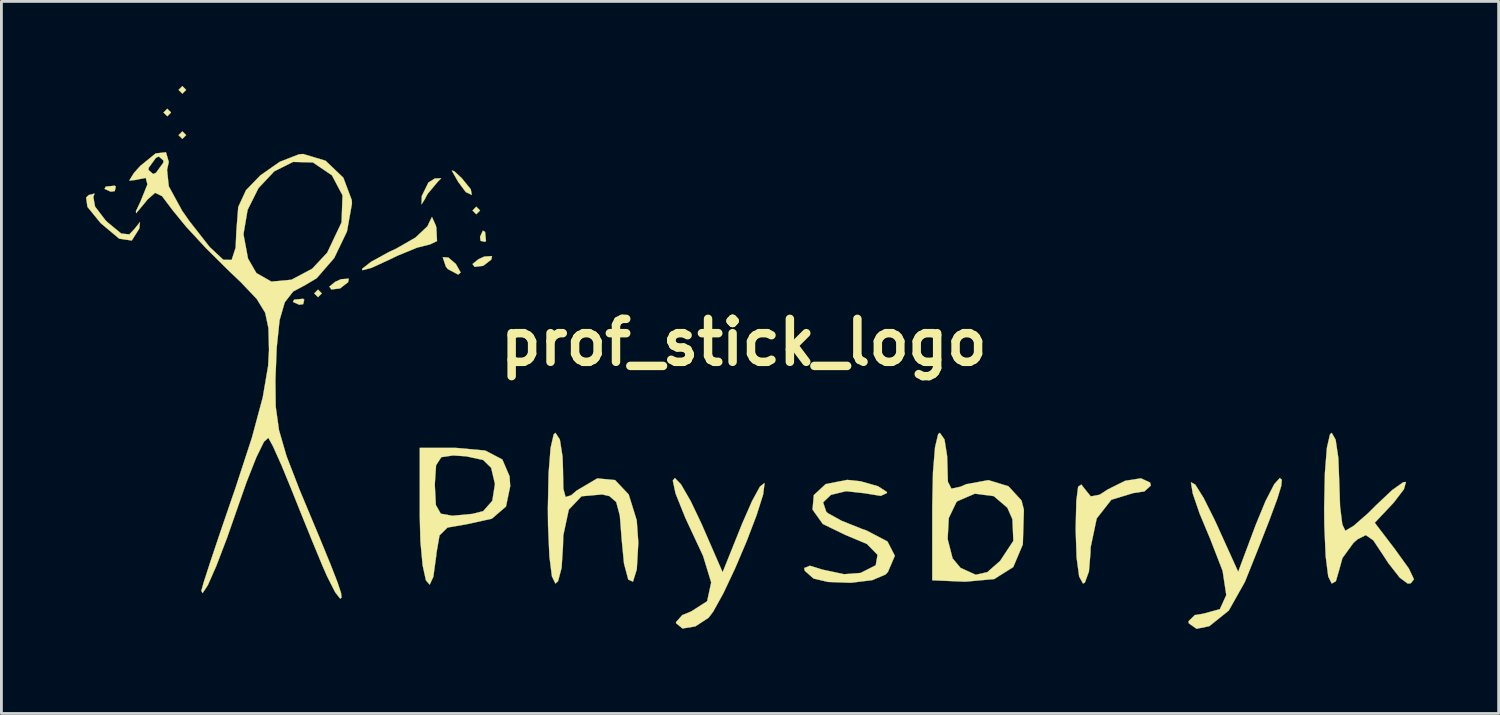
<source format=kicad_pcb>
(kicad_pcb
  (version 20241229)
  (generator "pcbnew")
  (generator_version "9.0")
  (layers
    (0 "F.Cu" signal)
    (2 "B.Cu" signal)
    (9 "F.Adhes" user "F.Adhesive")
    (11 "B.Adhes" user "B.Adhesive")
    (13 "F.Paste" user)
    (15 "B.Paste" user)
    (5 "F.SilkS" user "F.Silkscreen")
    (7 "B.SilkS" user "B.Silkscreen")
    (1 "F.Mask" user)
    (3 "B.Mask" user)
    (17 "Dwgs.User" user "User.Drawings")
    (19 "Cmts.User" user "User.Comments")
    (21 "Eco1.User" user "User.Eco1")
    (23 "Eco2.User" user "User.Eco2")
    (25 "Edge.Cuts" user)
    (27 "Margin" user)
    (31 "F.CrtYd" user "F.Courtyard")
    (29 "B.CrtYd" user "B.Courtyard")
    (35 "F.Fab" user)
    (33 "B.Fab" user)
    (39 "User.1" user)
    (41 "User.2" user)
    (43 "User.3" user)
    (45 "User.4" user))
  (footprint "prof_stick_logo"
    (layer "F.Cu")
    (at 23.338 9.096)
    (property "Reference" "prof_stick_logo" (at 0 0 0) (layer "F.SilkS") (effects (font (size 1.524 1.524) (thickness 0.3))))
    (attr through_hole)
    (fp_poly (pts (xy -20.32 -8.155) (xy -20.454 -8.021) (xy -20.587 -8.155) (xy -20.454 -8.288) (xy -20.32 -8.155)) (stroke (width 0.01) (type solid)) (fill yes) (layer "F.SilkS"))
    (fp_poly (pts (xy -19.785 -8.957) (xy -19.919 -8.823) (xy -20.053 -8.957) (xy -19.919 -9.091) (xy -19.785 -8.957)) (stroke (width 0.01) (type solid)) (fill yes) (layer "F.SilkS"))
    (fp_poly (pts (xy -19.785 -7.353) (xy -19.919 -7.219) (xy -20.053 -7.353) (xy -19.919 -7.486) (xy -19.785 -7.353)) (stroke (width 0.01) (type solid)) (fill yes) (layer "F.SilkS"))
    (fp_poly (pts (xy -14.973 -1.738) (xy -15.106 -1.604) (xy -15.24 -1.738) (xy -15.106 -1.872) (xy -14.973 -1.738)) (stroke (width 0.01) (type solid)) (fill yes) (layer "F.SilkS"))
    (fp_poly (pts (xy -9.358 -4.679) (xy -9.492 -4.545) (xy -9.625 -4.679) (xy -9.492 -4.813) (xy -9.358 -4.679)) (stroke (width 0.01) (type solid)) (fill yes) (layer "F.SilkS"))
    (fp_poly (pts (xy -22.281 -5.526) (xy -22.317 -5.367) (xy -22.459 -5.347) (xy -22.679 -5.445) (xy -22.637 -5.526) (xy -22.32 -5.558) (xy -22.281 -5.526)) (stroke (width 0.01) (type solid)) (fill yes) (layer "F.SilkS"))
    (fp_poly (pts (xy -15.596 -1.515) (xy -15.633 -1.356) (xy -15.775 -1.337) (xy -15.995 -1.435) (xy -15.953 -1.515) (xy -15.636 -1.547) (xy -15.596 -1.515)) (stroke (width 0.01) (type solid)) (fill yes) (layer "F.SilkS"))
    (fp_poly (pts (xy -9.18 -3.921) (xy -9.148 -3.604) (xy -9.18 -3.565) (xy -9.339 -3.602) (xy -9.358 -3.743) (xy -9.26 -3.963) (xy -9.18 -3.921)) (stroke (width 0.01) (type solid)) (fill yes) (layer "F.SilkS"))
    (fp_poly (pts (xy -14.039 -2.136) (xy -14.325 -1.914) (xy -14.631 -1.877) (xy -14.705 -1.977) (xy -14.496 -2.148) (xy -14.29 -2.241) (xy -14.014 -2.26) (xy -14.039 -2.136)) (stroke (width 0.01) (type solid)) (fill yes) (layer "F.SilkS"))
    (fp_poly (pts (xy -10.479 -3.008) (xy -10.216 -2.78) (xy -10.046 -2.479) (xy -10.134 -2.406) (xy -10.504 -2.602) (xy -10.572 -2.691) (xy -10.682 -3.023) (xy -10.479 -3.008)) (stroke (width 0.01) (type solid)) (fill yes) (layer "F.SilkS"))
    (fp_poly (pts (xy -10.276 -6.074) (xy -10.005 -5.822) (xy -9.687 -5.43) (xy -9.651 -5.232) (xy -9.863 -5.332) (xy -10.133 -5.694) (xy -10.361 -6.095) (xy -10.276 -6.074)) (stroke (width 0.01) (type solid)) (fill yes) (layer "F.SilkS"))
    (fp_poly (pts (xy -8.959 -2.938) (xy -9.245 -2.716) (xy -9.551 -2.679) (xy -9.625 -2.779) (xy -9.416 -2.95) (xy -9.21 -3.043) (xy -8.934 -3.062) (xy -8.959 -2.938)) (stroke (width 0.01) (type solid)) (fill yes) (layer "F.SilkS"))
    (fp_poly (pts (xy -10.855 -5.702) (xy -11.223 -5.264) (xy -11.318 -5.08) (xy -11.434 -4.897) (xy -11.425 -5.192) (xy -11.19 -5.671) (xy -10.962 -5.813) (xy -10.737 -5.823) (xy -10.855 -5.702)) (stroke (width 0.01) (type solid)) (fill yes) (layer "F.SilkS"))
    (fp_poly (pts (xy -10.929 -4.147) (xy -10.909 -4.077) (xy -10.885 -3.595) (xy -11.131 -3.476) (xy -11.594 -3.36) (xy -12.301 -3.069) (xy -12.605 -2.921) (xy -13.21 -2.644) (xy -13.53 -2.559) (xy -13.543 -2.608) (xy -13.224 -2.858) (xy -12.602 -3.2) (xy -12.325 -3.33) (xy -11.648 -3.719) (xy -11.222 -4.121) (xy -11.165 -4.246) (xy -11.064 -4.45) (xy -10.929 -4.147)) (stroke (width 0.01) (type solid)) (fill yes) (layer "F.SilkS"))
    (fp_poly (pts (xy -23.078 -5.16) (xy -23.016 -4.817) (xy -22.645 -4.33) (xy -22.57 -4.257) (xy -22.088 -3.861) (xy -21.8 -3.831) (xy -21.622 -4.018) (xy -21.422 -4.266) (xy -21.444 -4.061) (xy -21.453 -4.027) (xy -21.713 -3.614) (xy -22.156 -3.677) (xy -22.804 -4.22) (xy -22.828 -4.244) (xy -23.285 -4.806) (xy -23.333 -5.139) (xy -23.242 -5.226) (xy -23.034 -5.279) (xy -23.078 -5.16)) (stroke (width 0.01) (type solid)) (fill yes) (layer "F.SilkS"))
    (fp_poly (pts (xy 14.412 4.972) (xy 14.438 5.08) (xy 14.21 5.286) (xy 13.811 5.347) (xy 13.037 5.583) (xy 12.518 6.246) (xy 12.302 7.272) (xy 12.299 7.441) (xy 12.242 8.127) (xy 12.099 8.52) (xy 12.032 8.556) (xy 11.896 8.307) (xy 11.805 7.636) (xy 11.772 6.654) (xy 11.772 6.617) (xy 11.795 5.629) (xy 11.859 5.121) (xy 11.974 5.043) (xy 12.055 5.151) (xy 12.307 5.463) (xy 12.624 5.404) (xy 12.909 5.218) (xy 13.527 4.91) (xy 14.086 4.823) (xy 14.412 4.972)) (stroke (width 0.01) (type solid)) (fill yes) (layer "F.SilkS"))
    (fp_poly (pts (xy 19.085 4.871) (xy 19.064 5.092) (xy 18.925 5.546) (xy 18.645 6.303) (xy 18.201 7.435) (xy 17.775 8.497) (xy 17.202 9.515) (xy 16.509 10.069) (xy 16.06 10.16) (xy 15.786 9.967) (xy 15.775 9.893) (xy 15.998 9.674) (xy 16.3 9.625) (xy 16.888 9.464) (xy 17.115 8.965) (xy 16.985 8.107) (xy 16.544 6.969) (xy 16.17 6.077) (xy 15.926 5.362) (xy 15.862 4.972) (xy 15.865 4.964) (xy 16.013 5.044) (xy 16.31 5.517) (xy 16.695 6.286) (xy 16.752 6.408) (xy 17.537 8.138) (xy 18.159 6.475) (xy 18.506 5.633) (xy 18.814 5.034) (xy 19.012 4.813) (xy 19.085 4.871)) (stroke (width 0.01) (type solid)) (fill yes) (layer "F.SilkS"))
    (fp_poly (pts (xy -2.228 5.039) (xy -1.884 5.634) (xy -1.487 6.468) (xy -1.481 6.484) (xy -0.753 8.155) (xy -0.06 6.431) (xy 0.292 5.628) (xy 0.572 5.116) (xy 0.727 4.994) (xy 0.734 5.008) (xy 0.683 5.402) (xy 0.452 6.131) (xy 0.1 7.053) (xy -0.314 8.026) (xy -0.73 8.907) (xy -1.088 9.553) (xy -1.251 9.769) (xy -1.723 10.076) (xy -2.175 10.15) (xy -2.404 9.962) (xy -2.406 9.924) (xy -2.184 9.674) (xy -1.873 9.548) (xy -1.302 9.183) (xy -1.158 8.516) (xy -1.446 7.573) (xy -1.467 7.529) (xy -2.075 6.226) (xy -2.423 5.359) (xy -2.52 4.902) (xy -2.445 4.813) (xy -2.228 5.039)) (stroke (width 0.01) (type solid)) (fill yes) (layer "F.SilkS"))
    (fp_poly (pts (xy -6.527 3.448) (xy -6.431 4.056) (xy -6.417 4.453) (xy -6.403 5.192) (xy -6.324 5.486) (xy -6.126 5.424) (xy -5.928 5.255) (xy -5.199 4.825) (xy -4.568 4.886) (xy -4.085 5.395) (xy -3.8 6.312) (xy -3.743 7.104) (xy -3.798 8.052) (xy -3.933 8.488) (xy -4.099 8.417) (xy -4.251 7.847) (xy -4.331 7.018) (xy -4.4 6.141) (xy -4.528 5.663) (xy -4.771 5.453) (xy -5.028 5.394) (xy -5.76 5.46) (xy -6.21 5.934) (xy -6.405 6.848) (xy -6.417 7.252) (xy -6.466 8.003) (xy -6.592 8.475) (xy -6.684 8.556) (xy -6.808 8.302) (xy -6.898 7.59) (xy -6.946 6.499) (xy -6.952 5.882) (xy -6.926 4.64) (xy -6.855 3.742) (xy -6.746 3.265) (xy -6.684 3.208) (xy -6.527 3.448)) (stroke (width 0.01) (type solid)) (fill yes) (layer "F.SilkS"))
    (fp_poly (pts (xy 4.141 4.928) (xy 4.759 5.103) (xy 5.071 5.306) (xy 5.08 5.341) (xy 4.858 5.445) (xy 4.307 5.356) (xy 4.296 5.353) (xy 3.626 5.279) (xy 3.089 5.409) (xy 2.812 5.675) (xy 2.922 6.007) (xy 2.984 6.062) (xy 3.465 6.328) (xy 4.193 6.619) (xy 4.345 6.67) (xy 5.095 7.063) (xy 5.357 7.571) (xy 5.111 8.144) (xy 5.027 8.235) (xy 4.554 8.435) (xy 3.795 8.528) (xy 2.991 8.499) (xy 2.473 8.379) (xy 2.164 8.104) (xy 2.139 8.005) (xy 2.343 7.924) (xy 2.788 8.061) (xy 3.555 8.224) (xy 4.142 8.179) (xy 4.679 7.907) (xy 4.743 7.537) (xy 4.366 7.151) (xy 3.609 6.834) (xy 2.802 6.443) (xy 2.437 5.931) (xy 2.482 5.418) (xy 2.903 5.027) (xy 3.665 4.878) (xy 4.141 4.928)) (stroke (width 0.01) (type solid)) (fill yes) (layer "F.SilkS"))
    (fp_poly (pts (xy 7.119 3.446) (xy 7.212 4.038) (xy 7.219 4.272) (xy 7.239 4.944) (xy 7.364 5.189) (xy 7.69 5.119) (xy 7.887 5.031) (xy 8.676 4.887) (xy 9.388 5.105) (xy 9.851 5.609) (xy 9.935 5.943) (xy 9.897 7.167) (xy 9.558 7.97) (xy 8.881 8.396) (xy 7.853 8.49) (xy 6.684 8.439) (xy 6.684 6.977) (xy 7.23 6.977) (xy 7.405 7.662) (xy 7.687 8) (xy 8.226 8.244) (xy 8.637 8.151) (xy 9.091 7.754) (xy 9.561 7.041) (xy 9.528 6.273) (xy 9.348 5.865) (xy 8.866 5.454) (xy 8.191 5.368) (xy 7.575 5.634) (xy 7.54 5.668) (xy 7.27 6.231) (xy 7.23 6.977) (xy 6.684 6.977) (xy 6.684 5.824) (xy 6.71 4.601) (xy 6.783 3.719) (xy 6.893 3.258) (xy 6.952 3.208) (xy 7.119 3.446)) (stroke (width 0.01) (type solid)) (fill yes) (layer "F.SilkS"))
    (fp_poly (pts (xy -9.176 3.837) (xy -8.568 4.154) (xy -8.311 4.751) (xy -8.288 5.101) (xy -8.438 5.823) (xy -8.939 6.254) (xy -9.87 6.46) (xy -9.894 6.462) (xy -10.513 6.569) (xy -10.796 6.847) (xy -10.904 7.469) (xy -10.911 7.553) (xy -11.015 8.315) (xy -11.145 8.595) (xy -11.278 8.442) (xy -11.395 7.908) (xy -11.475 7.042) (xy -11.497 6.149) (xy -11.497 5.08) (xy -10.962 5.08) (xy -10.925 5.77) (xy -10.752 6.077) (xy -10.353 6.149) (xy -10.316 6.149) (xy -9.623 6.083) (xy -9.246 5.987) (xy -8.923 5.62) (xy -8.829 5.022) (xy -8.965 4.448) (xy -9.246 4.173) (xy -9.85 4.042) (xy -10.316 4.011) (xy -10.733 4.073) (xy -10.918 4.358) (xy -10.962 5.017) (xy -10.962 5.08) (xy -11.497 5.08) (xy -11.497 3.743) (xy -10.213 3.743) (xy -9.176 3.837)) (stroke (width 0.01) (type solid)) (fill yes) (layer "F.SilkS"))
    (fp_poly (pts (xy 20.994 3.454) (xy 21.09 4.104) (xy 21.122 4.946) (xy 21.152 5.831) (xy 21.231 6.457) (xy 21.337 6.684) (xy 21.634 6.507) (xy 22.147 6.058) (xy 22.455 5.752) (xy 23.001 5.238) (xy 23.389 4.963) (xy 23.489 4.951) (xy 23.416 5.21) (xy 23.064 5.672) (xy 23.001 5.741) (xy 22.382 6.399) (xy 23.089 7.326) (xy 23.592 8.024) (xy 23.772 8.404) (xy 23.66 8.546) (xy 23.55 8.556) (xy 23.269 8.348) (xy 22.863 7.829) (xy 22.718 7.606) (xy 22.331 7.023) (xy 22.065 6.837) (xy 21.776 6.982) (xy 21.626 7.113) (xy 21.235 7.651) (xy 21.122 8.062) (xy 21.002 8.474) (xy 20.855 8.556) (xy 20.731 8.302) (xy 20.641 7.59) (xy 20.593 6.499) (xy 20.587 5.882) (xy 20.613 4.64) (xy 20.684 3.742) (xy 20.793 3.265) (xy 20.855 3.208) (xy 20.994 3.454)) (stroke (width 0.01) (type solid)) (fill yes) (layer "F.SilkS"))
    (fp_poly (pts (xy -20.4 -6.399) (xy -20.462 -6.122) (xy -20.401 -5.538) (xy -19.924 -4.664) (xy -19.669 -4.301) (xy -18.954 -3.387) (xy -18.467 -2.931) (xy -18.17 -2.925) (xy -18.029 -3.36) (xy -18.008 -3.836) (xy -17.751 -3.836) (xy -17.589 -2.972) (xy -17.293 -2.46) (xy -16.761 -2.156) (xy -16.048 -2.222) (xy -15.315 -2.612) (xy -14.781 -3.181) (xy -14.271 -4.256) (xy -14.237 -5.217) (xy -14.613 -5.928) (xy -15.288 -6.384) (xy -15.992 -6.402) (xy -16.658 -6.069) (xy -17.219 -5.472) (xy -17.605 -4.699) (xy -17.751 -3.836) (xy -18.008 -3.836) (xy -18.003 -3.944) (xy -17.937 -4.8) (xy -17.662 -5.397) (xy -17.152 -5.924) (xy -16.46 -6.407) (xy -15.788 -6.669) (xy -15.637 -6.684) (xy -14.84 -6.445) (xy -14.208 -5.842) (xy -13.909 -5.046) (xy -13.903 -4.92) (xy -14.079 -3.936) (xy -14.533 -2.99) (xy -15.155 -2.275) (xy -15.549 -2.041) (xy -15.99 -1.804) (xy -16.287 -1.421) (xy -16.47 -0.79) (xy -16.572 0.189) (xy -16.618 1.337) (xy -16.607 2.278) (xy -16.49 3.117) (xy -16.223 4.036) (xy -15.766 5.217) (xy -15.656 5.481) (xy -15.067 6.89) (xy -14.661 7.88) (xy -14.411 8.523) (xy -14.29 8.89) (xy -14.272 9.055) (xy -14.32 9.091) (xy -14.495 8.868) (xy -14.782 8.304) (xy -14.936 7.954) (xy -15.306 7.061) (xy -15.752 5.959) (xy -16.05 5.214) (xy -16.406 4.348) (xy -16.705 3.683) (xy -16.868 3.385) (xy -17.023 3.524) (xy -17.294 4.076) (xy -17.638 4.946) (xy -17.888 5.658) (xy -18.332 6.93) (xy -18.717 7.937) (xy -19.016 8.614) (xy -19.201 8.894) (xy -19.246 8.814) (xy -19.165 8.523) (xy -18.939 7.824) (xy -18.6 6.812) (xy -18.179 5.584) (xy -18.048 5.205) (xy -17.451 3.38) (xy -17.067 1.952) (xy -16.876 0.835) (xy -16.845 0.272) (xy -16.865 -0.504) (xy -16.981 -1.052) (xy -17.279 -1.539) (xy -17.843 -2.133) (xy -18.266 -2.535) (xy -19.069 -3.33) (xy -19.789 -4.108) (xy -20.255 -4.679) (xy -20.641 -5.19) (xy -20.887 -5.306) (xy -21.154 -5.069) (xy -21.254 -4.946) (xy -21.557 -4.584) (xy -21.566 -4.652) (xy -21.404 -4.996) (xy -21.157 -5.606) (xy -21.219 -5.837) (xy -21.584 -5.762) (xy -21.803 -5.739) (xy -21.638 -6.008) (xy -21.539 -6.118) (xy -21.122 -6.118) (xy -20.957 -5.973) (xy -20.855 -6.016) (xy -20.597 -6.37) (xy -20.587 -6.448) (xy -20.752 -6.593) (xy -20.855 -6.551) (xy -21.112 -6.196) (xy -21.122 -6.118) (xy -21.539 -6.118) (xy -21.411 -6.26) (xy -20.866 -6.703) (xy -20.501 -6.745) (xy -20.4 -6.399)) (stroke (width 0.01) (type solid)) (fill yes) (layer "F.SilkS")))
  (gr_rect
    (start -3 -3)
    (end 50.115 22.261)
    (stroke (width 0.1) (type default))
    (fill no)
    (layer "Edge.Cuts")))
</source>
